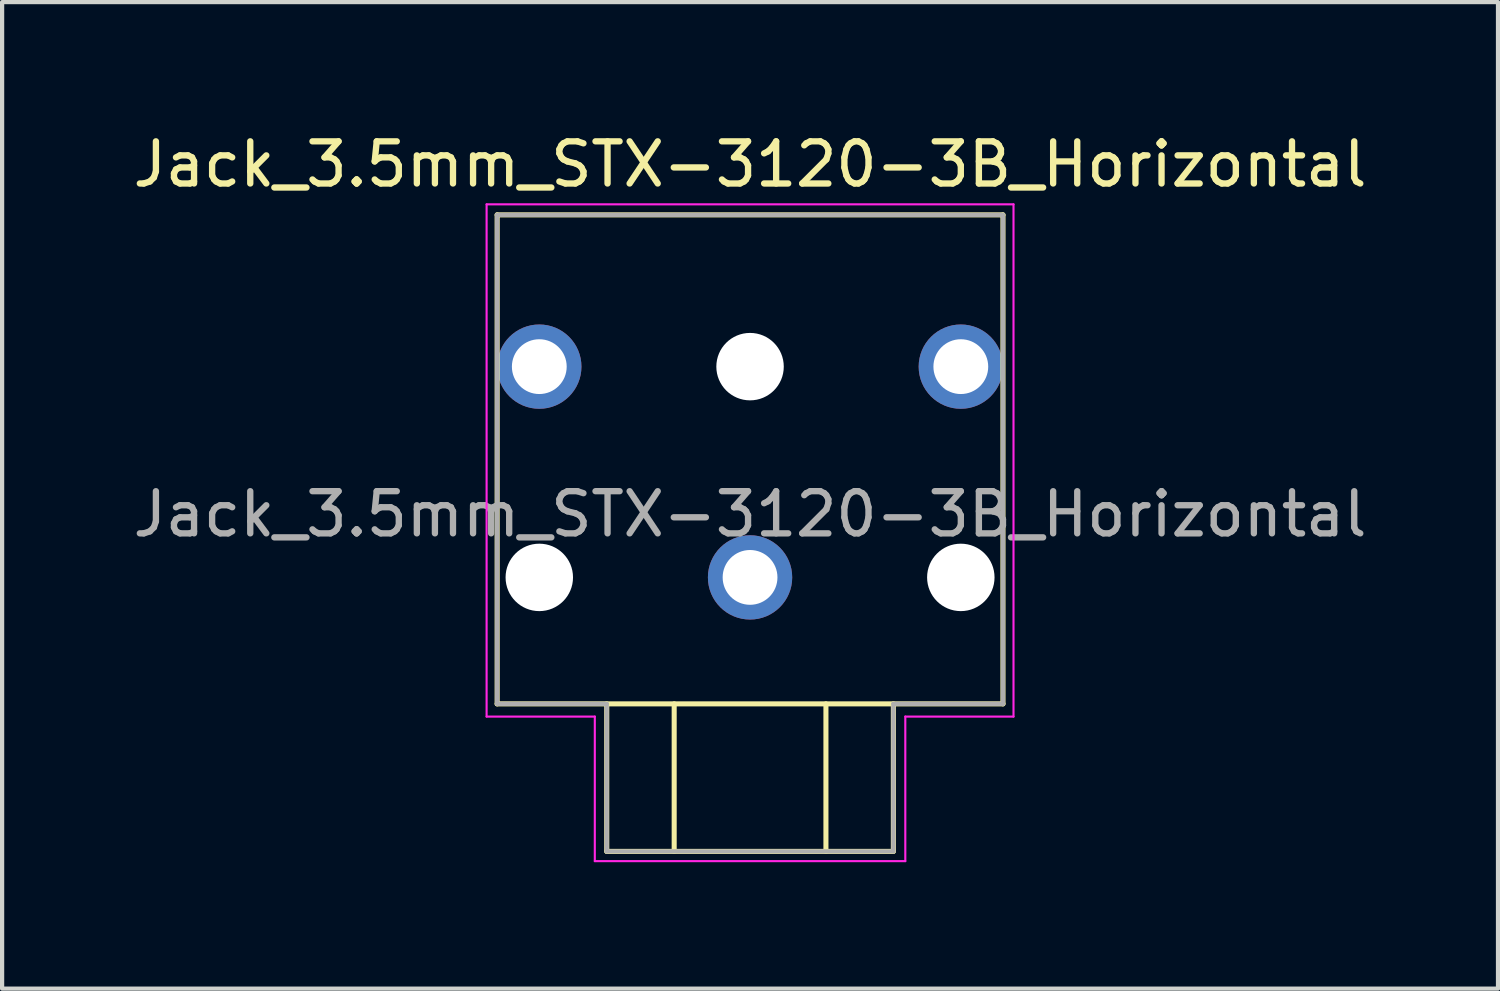
<source format=kicad_pcb>
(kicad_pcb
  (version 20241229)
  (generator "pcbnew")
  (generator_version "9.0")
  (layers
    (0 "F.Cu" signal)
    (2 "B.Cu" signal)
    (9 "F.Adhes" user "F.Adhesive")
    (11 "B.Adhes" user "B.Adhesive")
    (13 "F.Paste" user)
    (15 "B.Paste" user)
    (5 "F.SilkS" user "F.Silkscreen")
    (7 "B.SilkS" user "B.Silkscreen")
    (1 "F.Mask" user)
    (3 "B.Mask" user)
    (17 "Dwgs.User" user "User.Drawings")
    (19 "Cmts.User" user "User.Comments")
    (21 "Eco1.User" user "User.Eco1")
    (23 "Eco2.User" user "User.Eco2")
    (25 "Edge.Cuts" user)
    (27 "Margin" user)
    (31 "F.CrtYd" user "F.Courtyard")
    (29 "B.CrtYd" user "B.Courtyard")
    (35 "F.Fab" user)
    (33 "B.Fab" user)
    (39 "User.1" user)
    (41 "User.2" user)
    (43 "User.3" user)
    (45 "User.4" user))
  (footprint "Jack_3.5mm_STX-3120-3B_Horizontal"
    (layer "F.Cu")
    (at 14.744 10.648)
    (property "Reference" "Jack_3.5mm_STX-3120-3B_Horizontal" (at 0 -9.8 0) (layer "F.SilkS") (effects (font (size 1 1) (thickness 0.15))))
    (attr through_hole exclude_from_pos_files exclude_from_bom)
    (fp_line (start -6 -8.6) (end 6 -8.6) (stroke (width 0.12) (type solid)) (layer "F.SilkS"))
    (fp_line (start -6 3) (end -6 -8.6) (stroke (width 0.12) (type solid)) (layer "F.SilkS"))
    (fp_line (start -3.4 6.5) (end -3.4 3) (stroke (width 0.12) (type solid)) (layer "F.SilkS"))
    (fp_line (start -1.8 3) (end -1.8 6.5) (stroke (width 0.12) (type solid)) (layer "F.SilkS"))
    (fp_line (start 1.8 6.5) (end 1.8 3) (stroke (width 0.12) (type solid)) (layer "F.SilkS"))
    (fp_line (start 3.4 3) (end 3.4 6.5) (stroke (width 0.12) (type solid)) (layer "F.SilkS"))
    (fp_line (start 3.4 6.5) (end -3.4 6.5) (stroke (width 0.12) (type solid)) (layer "F.SilkS"))
    (fp_line (start 6 -8.6) (end 6 3) (stroke (width 0.12) (type solid)) (layer "F.SilkS"))
    (fp_line (start 6 3) (end -6 3) (stroke (width 0.12) (type solid)) (layer "F.SilkS"))
    (fp_line (start -6.25 -8.85) (end -6.25 3.302) (stroke (width 0.05) (type solid)) (layer "F.CrtYd"))
    (fp_line (start -6.25 3.302) (end -3.683 3.302) (stroke (width 0.05) (type solid)) (layer "F.CrtYd"))
    (fp_line (start -3.683 3.302) (end -3.683 6.731) (stroke (width 0.05) (type solid)) (layer "F.CrtYd"))
    (fp_line (start -3.683 6.731) (end 3.683 6.731) (stroke (width 0.05) (type solid)) (layer "F.CrtYd"))
    (fp_line (start 3.683 3.302) (end 6.25 3.302) (stroke (width 0.05) (type solid)) (layer "F.CrtYd"))
    (fp_line (start 3.683 6.731) (end 3.683 3.302) (stroke (width 0.05) (type solid)) (layer "F.CrtYd"))
    (fp_line (start 6.25 -8.85) (end -6.25 -8.85) (stroke (width 0.05) (type solid)) (layer "F.CrtYd"))
    (fp_line (start 6.25 3.302) (end 6.25 -8.85) (stroke (width 0.05) (type solid)) (layer "F.CrtYd"))
    (fp_line (start -6 -8.6) (end 6 -8.6) (stroke (width 0.1) (type solid)) (layer "F.Fab"))
    (fp_line (start -6 3) (end -6 -8.6) (stroke (width 0.1) (type solid)) (layer "F.Fab"))
    (fp_line (start -3.4 3) (end -6 3) (stroke (width 0.1) (type solid)) (layer "F.Fab"))
    (fp_line (start -3.4 3) (end -3.4 6.5) (stroke (width 0.1) (type solid)) (layer "F.Fab"))
    (fp_line (start -3.4 6.5) (end 3.4 6.5) (stroke (width 0.1) (type solid)) (layer "F.Fab"))
    (fp_line (start 3.4 3) (end 3.4 6.5) (stroke (width 0.1) (type solid)) (layer "F.Fab"))
    (fp_line (start 3.4 3) (end 6 3) (stroke (width 0.1) (type solid)) (layer "F.Fab"))
    (fp_line (start 6 3) (end 6 -8.6) (stroke (width 0.1) (type solid)) (layer "F.Fab"))
    (fp_text user "${REFERENCE}" (at 0 -1.5 0) (layer "F.Fab") (effects (font (size 1 1) (thickness 0.15))))
    (pad "" np_thru_hole circle (at -5 0) (size 1.6 1.6) (drill 1.6) (layers "*.Cu" "*.Mask"))
    (pad "" np_thru_hole circle (at 0 -5) (size 1.6 1.6) (drill 1.6) (layers "*.Cu" "*.Mask"))
    (pad "" np_thru_hole circle (at 5 0) (size 1.6 1.6) (drill 1.6) (layers "*.Cu" "*.Mask"))
    (pad "R" thru_hole circle (at -5 -5) (size 2 2) (drill 1.3) (layers "*.Cu" "*.Mask"))
    (pad "S" thru_hole circle (at 0 0) (size 2 2) (drill 1.3) (layers "*.Cu" "*.Mask"))
    (pad "T" thru_hole circle (at 5 -5 180) (size 2 2) (drill 1.3) (layers "*.Cu" "*.Mask")))
  (gr_rect
    (start -3 -3)
    (end 32.488 20.404)
    (stroke (width 0.1) (type default))
    (fill no)
    (layer "Edge.Cuts")))
</source>
